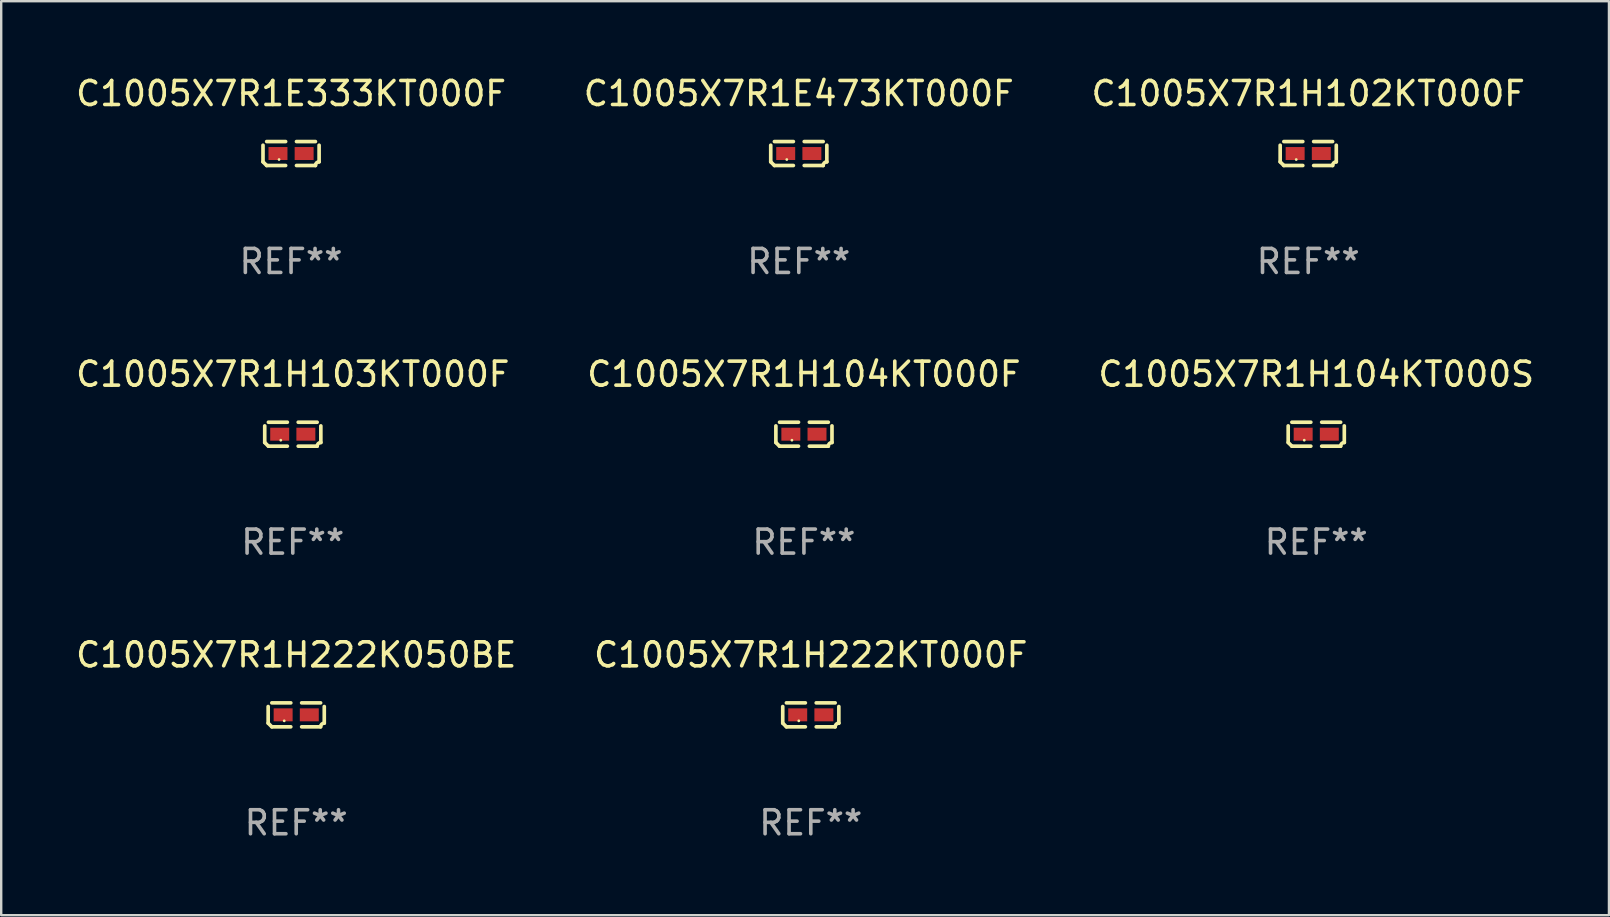
<source format=kicad_pcb>
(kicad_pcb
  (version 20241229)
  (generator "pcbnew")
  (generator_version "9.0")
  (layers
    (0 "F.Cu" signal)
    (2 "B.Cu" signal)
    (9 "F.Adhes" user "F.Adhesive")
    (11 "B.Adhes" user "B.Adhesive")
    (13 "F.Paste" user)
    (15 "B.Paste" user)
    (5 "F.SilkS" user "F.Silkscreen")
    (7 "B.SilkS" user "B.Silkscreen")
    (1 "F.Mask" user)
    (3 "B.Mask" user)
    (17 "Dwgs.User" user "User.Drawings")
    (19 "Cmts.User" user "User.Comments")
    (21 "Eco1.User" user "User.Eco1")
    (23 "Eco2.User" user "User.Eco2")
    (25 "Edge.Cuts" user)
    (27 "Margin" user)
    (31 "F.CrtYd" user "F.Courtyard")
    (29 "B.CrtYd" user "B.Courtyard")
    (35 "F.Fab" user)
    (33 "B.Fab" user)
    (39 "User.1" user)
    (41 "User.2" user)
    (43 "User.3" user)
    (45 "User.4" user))
  (footprint "C1005X7R1H102KT000F"
    (layer "F.Cu")
    (at 51.458 3.347)
    (property "Reference" "C1005X7R1H102KT000F" (at 0 -2.499 0) (layer "F.SilkS") (effects (font (size 1 1) (thickness 0.15))))
    (attr through_hole)
    (fp_line (start -1.169 0.346) (end -1.169 -0.346) (stroke (width 0.152) (type solid)) (layer "F.SilkS"))
    (fp_line (start -1.016 -0.499) (end -0.226 -0.499) (stroke (width 0.152) (type solid)) (layer "F.SilkS"))
    (fp_line (start -0.226 0.499) (end -1.016 0.499) (stroke (width 0.152) (type solid)) (layer "F.SilkS"))
    (fp_line (start 0.226 0.499) (end 1.016 0.499) (stroke (width 0.152) (type solid)) (layer "F.SilkS"))
    (fp_line (start 1.016 -0.499) (end 0.226 -0.499) (stroke (width 0.152) (type solid)) (layer "F.SilkS"))
    (fp_line (start 1.169 0.346) (end 1.169 -0.346) (stroke (width 0.152) (type solid)) (layer "F.SilkS"))
    (fp_arc (start -1.016307 0.498603) (mid -1.092512 0.422405) (end -1.16871 0.3462) (stroke (width 0.1524) (type solid)) (layer "F.SilkS"))
    (fp_arc (start 1.016307 0.498603) (mid 1.060899 0.390758) (end 1.168707 0.346076) (stroke (width 0.1524) (type solid)) (layer "F.SilkS"))
    (fp_circle (center -0.5 0.25) (end -0.47 0.25) (stroke (width 0.06) (type solid)) (fill no) (layer "F.SilkS"))
    (fp_text user "REF**" (at 0 4.499 0) (layer "F.Fab") (effects (font (size 1 1) (thickness 0.15))))
    (pad "1" smd rect (at -0.545 0) (size 0.79 0.54) (layers "F.Cu" "F.Mask" "F.Paste"))
    (pad "2" smd rect (at 0.545 0) (size 0.79 0.54) (layers "F.Cu" "F.Mask" "F.Paste")))
  (footprint "C1005X7R1H103KT000F"
    (layer "F.Cu")
    (at 9.149 15.041)
    (property "Reference" "C1005X7R1H103KT000F" (at 0 -2.499 0) (layer "F.SilkS") (effects (font (size 1 1) (thickness 0.15))))
    (attr through_hole)
    (fp_line (start -1.169 0.346) (end -1.169 -0.346) (stroke (width 0.152) (type solid)) (layer "F.SilkS"))
    (fp_line (start -1.016 -0.499) (end -0.226 -0.499) (stroke (width 0.152) (type solid)) (layer "F.SilkS"))
    (fp_line (start -0.226 0.499) (end -1.016 0.499) (stroke (width 0.152) (type solid)) (layer "F.SilkS"))
    (fp_line (start 0.226 0.499) (end 1.016 0.499) (stroke (width 0.152) (type solid)) (layer "F.SilkS"))
    (fp_line (start 1.016 -0.499) (end 0.226 -0.499) (stroke (width 0.152) (type solid)) (layer "F.SilkS"))
    (fp_line (start 1.169 0.346) (end 1.169 -0.346) (stroke (width 0.152) (type solid)) (layer "F.SilkS"))
    (fp_arc (start -1.016307 0.498603) (mid -1.092512 0.422405) (end -1.16871 0.3462) (stroke (width 0.1524) (type solid)) (layer "F.SilkS"))
    (fp_arc (start 1.016307 0.498603) (mid 1.060899 0.390758) (end 1.168707 0.346076) (stroke (width 0.1524) (type solid)) (layer "F.SilkS"))
    (fp_circle (center -0.5 0.25) (end -0.47 0.25) (stroke (width 0.06) (type solid)) (fill no) (layer "F.SilkS"))
    (fp_text user "REF**" (at 0 4.499 0) (layer "F.Fab") (effects (font (size 1 1) (thickness 0.15))))
    (pad "1" smd rect (at -0.545 0) (size 0.79 0.54) (layers "F.Cu" "F.Mask" "F.Paste"))
    (pad "2" smd rect (at 0.545 0) (size 0.79 0.54) (layers "F.Cu" "F.Mask" "F.Paste")))
  (footprint "C1005X7R1H104KT000F"
    (layer "F.Cu")
    (at 30.446 15.041)
    (property "Reference" "C1005X7R1H104KT000F" (at 0 -2.499 0) (layer "F.SilkS") (effects (font (size 1 1) (thickness 0.15))))
    (attr through_hole)
    (fp_line (start -1.169 0.346) (end -1.169 -0.346) (stroke (width 0.152) (type solid)) (layer "F.SilkS"))
    (fp_line (start -1.016 -0.499) (end -0.226 -0.499) (stroke (width 0.152) (type solid)) (layer "F.SilkS"))
    (fp_line (start -0.226 0.499) (end -1.016 0.499) (stroke (width 0.152) (type solid)) (layer "F.SilkS"))
    (fp_line (start 0.226 0.499) (end 1.016 0.499) (stroke (width 0.152) (type solid)) (layer "F.SilkS"))
    (fp_line (start 1.016 -0.499) (end 0.226 -0.499) (stroke (width 0.152) (type solid)) (layer "F.SilkS"))
    (fp_line (start 1.169 0.346) (end 1.169 -0.346) (stroke (width 0.152) (type solid)) (layer "F.SilkS"))
    (fp_arc (start -1.016307 0.498603) (mid -1.092512 0.422405) (end -1.16871 0.3462) (stroke (width 0.1524) (type solid)) (layer "F.SilkS"))
    (fp_arc (start 1.016307 0.498603) (mid 1.060899 0.390758) (end 1.168707 0.346076) (stroke (width 0.1524) (type solid)) (layer "F.SilkS"))
    (fp_circle (center -0.5 0.25) (end -0.47 0.25) (stroke (width 0.06) (type solid)) (fill no) (layer "F.SilkS"))
    (fp_text user "REF**" (at 0 4.499 0) (layer "F.Fab") (effects (font (size 1 1) (thickness 0.15))))
    (pad "1" smd rect (at -0.545 0) (size 0.79 0.54) (layers "F.Cu" "F.Mask" "F.Paste"))
    (pad "2" smd rect (at 0.545 0) (size 0.79 0.54) (layers "F.Cu" "F.Mask" "F.Paste")))
  (footprint "C1005X7R1H104KT000S"
    (layer "F.Cu")
    (at 51.792 15.041)
    (property "Reference" "C1005X7R1H104KT000S" (at 0 -2.499 0) (layer "F.SilkS") (effects (font (size 1 1) (thickness 0.15))))
    (attr through_hole)
    (fp_line (start -1.169 0.346) (end -1.169 -0.346) (stroke (width 0.152) (type solid)) (layer "F.SilkS"))
    (fp_line (start -1.016 -0.499) (end -0.226 -0.499) (stroke (width 0.152) (type solid)) (layer "F.SilkS"))
    (fp_line (start -0.226 0.499) (end -1.016 0.499) (stroke (width 0.152) (type solid)) (layer "F.SilkS"))
    (fp_line (start 0.226 0.499) (end 1.016 0.499) (stroke (width 0.152) (type solid)) (layer "F.SilkS"))
    (fp_line (start 1.016 -0.499) (end 0.226 -0.499) (stroke (width 0.152) (type solid)) (layer "F.SilkS"))
    (fp_line (start 1.169 0.346) (end 1.169 -0.346) (stroke (width 0.152) (type solid)) (layer "F.SilkS"))
    (fp_arc (start -1.016307 0.498603) (mid -1.092512 0.422405) (end -1.16871 0.3462) (stroke (width 0.1524) (type solid)) (layer "F.SilkS"))
    (fp_arc (start 1.016307 0.498603) (mid 1.060899 0.390758) (end 1.168707 0.346076) (stroke (width 0.1524) (type solid)) (layer "F.SilkS"))
    (fp_circle (center -0.5 0.25) (end -0.47 0.25) (stroke (width 0.06) (type solid)) (fill no) (layer "F.SilkS"))
    (fp_text user "REF**" (at 0 4.499 0) (layer "F.Fab") (effects (font (size 1 1) (thickness 0.15))))
    (pad "1" smd rect (at -0.545 0) (size 0.79 0.54) (layers "F.Cu" "F.Mask" "F.Paste"))
    (pad "2" smd rect (at 0.545 0) (size 0.79 0.54) (layers "F.Cu" "F.Mask" "F.Paste")))
  (footprint "C1005X7R1E333KT000F"
    (layer "F.Cu")
    (at 9.077 3.347)
    (property "Reference" "C1005X7R1E333KT000F" (at 0 -2.499 0) (layer "F.SilkS") (effects (font (size 1 1) (thickness 0.15))))
    (attr through_hole)
    (fp_line (start -1.169 0.346) (end -1.169 -0.346) (stroke (width 0.152) (type solid)) (layer "F.SilkS"))
    (fp_line (start -1.016 -0.499) (end -0.226 -0.499) (stroke (width 0.152) (type solid)) (layer "F.SilkS"))
    (fp_line (start -0.226 0.499) (end -1.016 0.499) (stroke (width 0.152) (type solid)) (layer "F.SilkS"))
    (fp_line (start 0.226 0.499) (end 1.016 0.499) (stroke (width 0.152) (type solid)) (layer "F.SilkS"))
    (fp_line (start 1.016 -0.499) (end 0.226 -0.499) (stroke (width 0.152) (type solid)) (layer "F.SilkS"))
    (fp_line (start 1.169 0.346) (end 1.169 -0.346) (stroke (width 0.152) (type solid)) (layer "F.SilkS"))
    (fp_arc (start -1.016307 0.498603) (mid -1.092512 0.422405) (end -1.16871 0.3462) (stroke (width 0.1524) (type solid)) (layer "F.SilkS"))
    (fp_arc (start 1.016307 0.498603) (mid 1.060899 0.390758) (end 1.168707 0.346076) (stroke (width 0.1524) (type solid)) (layer "F.SilkS"))
    (fp_circle (center -0.5 0.25) (end -0.47 0.25) (stroke (width 0.06) (type solid)) (fill no) (layer "F.SilkS"))
    (fp_text user "REF**" (at 0 4.499 0) (layer "F.Fab") (effects (font (size 1 1) (thickness 0.15))))
    (pad "1" smd rect (at -0.545 0) (size 0.79 0.54) (layers "F.Cu" "F.Mask" "F.Paste"))
    (pad "2" smd rect (at 0.545 0) (size 0.79 0.54) (layers "F.Cu" "F.Mask" "F.Paste")))
  (footprint "C1005X7R1H222KT000F"
    (layer "F.Cu")
    (at 30.732 26.734)
    (property "Reference" "C1005X7R1H222KT000F" (at 0 -2.499 0) (layer "F.SilkS") (effects (font (size 1 1) (thickness 0.15))))
    (attr through_hole)
    (fp_line (start -1.169 0.346) (end -1.169 -0.346) (stroke (width 0.152) (type solid)) (layer "F.SilkS"))
    (fp_line (start -1.016 -0.499) (end -0.226 -0.499) (stroke (width 0.152) (type solid)) (layer "F.SilkS"))
    (fp_line (start -0.226 0.499) (end -1.016 0.499) (stroke (width 0.152) (type solid)) (layer "F.SilkS"))
    (fp_line (start 0.226 0.499) (end 1.016 0.499) (stroke (width 0.152) (type solid)) (layer "F.SilkS"))
    (fp_line (start 1.016 -0.499) (end 0.226 -0.499) (stroke (width 0.152) (type solid)) (layer "F.SilkS"))
    (fp_line (start 1.169 0.346) (end 1.169 -0.346) (stroke (width 0.152) (type solid)) (layer "F.SilkS"))
    (fp_arc (start -1.016307 0.498603) (mid -1.092512 0.422405) (end -1.16871 0.3462) (stroke (width 0.1524) (type solid)) (layer "F.SilkS"))
    (fp_arc (start 1.016307 0.498603) (mid 1.060899 0.390758) (end 1.168707 0.346076) (stroke (width 0.1524) (type solid)) (layer "F.SilkS"))
    (fp_circle (center -0.5 0.25) (end -0.47 0.25) (stroke (width 0.06) (type solid)) (fill no) (layer "F.SilkS"))
    (fp_text user "REF**" (at 0 4.499 0) (layer "F.Fab") (effects (font (size 1 1) (thickness 0.15))))
    (pad "1" smd rect (at -0.545 0) (size 0.79 0.54) (layers "F.Cu" "F.Mask" "F.Paste"))
    (pad "2" smd rect (at 0.545 0) (size 0.79 0.54) (layers "F.Cu" "F.Mask" "F.Paste")))
  (footprint "C1005X7R1H222K050BE"
    (layer "F.Cu")
    (at 9.292 26.734)
    (property "Reference" "C1005X7R1H222K050BE" (at 0 -2.499 0) (layer "F.SilkS") (effects (font (size 1 1) (thickness 0.15))))
    (attr through_hole)
    (fp_line (start -1.169 0.346) (end -1.169 -0.346) (stroke (width 0.152) (type solid)) (layer "F.SilkS"))
    (fp_line (start -1.016 -0.499) (end -0.226 -0.499) (stroke (width 0.152) (type solid)) (layer "F.SilkS"))
    (fp_line (start -0.226 0.499) (end -1.016 0.499) (stroke (width 0.152) (type solid)) (layer "F.SilkS"))
    (fp_line (start 0.226 0.499) (end 1.016 0.499) (stroke (width 0.152) (type solid)) (layer "F.SilkS"))
    (fp_line (start 1.016 -0.499) (end 0.226 -0.499) (stroke (width 0.152) (type solid)) (layer "F.SilkS"))
    (fp_line (start 1.169 0.346) (end 1.169 -0.346) (stroke (width 0.152) (type solid)) (layer "F.SilkS"))
    (fp_arc (start -1.016307 0.498603) (mid -1.092512 0.422405) (end -1.16871 0.3462) (stroke (width 0.1524) (type solid)) (layer "F.SilkS"))
    (fp_arc (start 1.016307 0.498603) (mid 1.060899 0.390758) (end 1.168707 0.346076) (stroke (width 0.1524) (type solid)) (layer "F.SilkS"))
    (fp_circle (center -0.5 0.25) (end -0.47 0.25) (stroke (width 0.06) (type solid)) (fill no) (layer "F.SilkS"))
    (fp_text user "REF**" (at 0 4.499 0) (layer "F.Fab") (effects (font (size 1 1) (thickness 0.15))))
    (pad "1" smd rect (at -0.545 0) (size 0.79 0.54) (layers "F.Cu" "F.Mask" "F.Paste"))
    (pad "2" smd rect (at 0.545 0) (size 0.79 0.54) (layers "F.Cu" "F.Mask" "F.Paste")))
  (footprint "C1005X7R1E473KT000F"
    (layer "F.Cu")
    (at 30.232 3.347)
    (property "Reference" "C1005X7R1E473KT000F" (at 0 -2.499 0) (layer "F.SilkS") (effects (font (size 1 1) (thickness 0.15))))
    (attr through_hole)
    (fp_line (start -1.169 0.346) (end -1.169 -0.346) (stroke (width 0.152) (type solid)) (layer "F.SilkS"))
    (fp_line (start -1.016 -0.499) (end -0.226 -0.499) (stroke (width 0.152) (type solid)) (layer "F.SilkS"))
    (fp_line (start -0.226 0.499) (end -1.016 0.499) (stroke (width 0.152) (type solid)) (layer "F.SilkS"))
    (fp_line (start 0.226 0.499) (end 1.016 0.499) (stroke (width 0.152) (type solid)) (layer "F.SilkS"))
    (fp_line (start 1.016 -0.499) (end 0.226 -0.499) (stroke (width 0.152) (type solid)) (layer "F.SilkS"))
    (fp_line (start 1.169 0.346) (end 1.169 -0.346) (stroke (width 0.152) (type solid)) (layer "F.SilkS"))
    (fp_arc (start -1.016307 0.498603) (mid -1.092512 0.422405) (end -1.16871 0.3462) (stroke (width 0.1524) (type solid)) (layer "F.SilkS"))
    (fp_arc (start 1.016307 0.498603) (mid 1.060899 0.390758) (end 1.168707 0.346076) (stroke (width 0.1524) (type solid)) (layer "F.SilkS"))
    (fp_circle (center -0.5 0.25) (end -0.47 0.25) (stroke (width 0.06) (type solid)) (fill no) (layer "F.SilkS"))
    (fp_text user "REF**" (at 0 4.499 0) (layer "F.Fab") (effects (font (size 1 1) (thickness 0.15))))
    (pad "1" smd rect (at -0.545 0) (size 0.79 0.54) (layers "F.Cu" "F.Mask" "F.Paste"))
    (pad "2" smd rect (at 0.545 0) (size 0.79 0.54) (layers "F.Cu" "F.Mask" "F.Paste")))
  (gr_rect
    (start -3 -3)
    (end 63.988 35.081)
    (stroke (width 0.1) (type default))
    (fill no)
    (layer "Edge.Cuts")))
</source>
